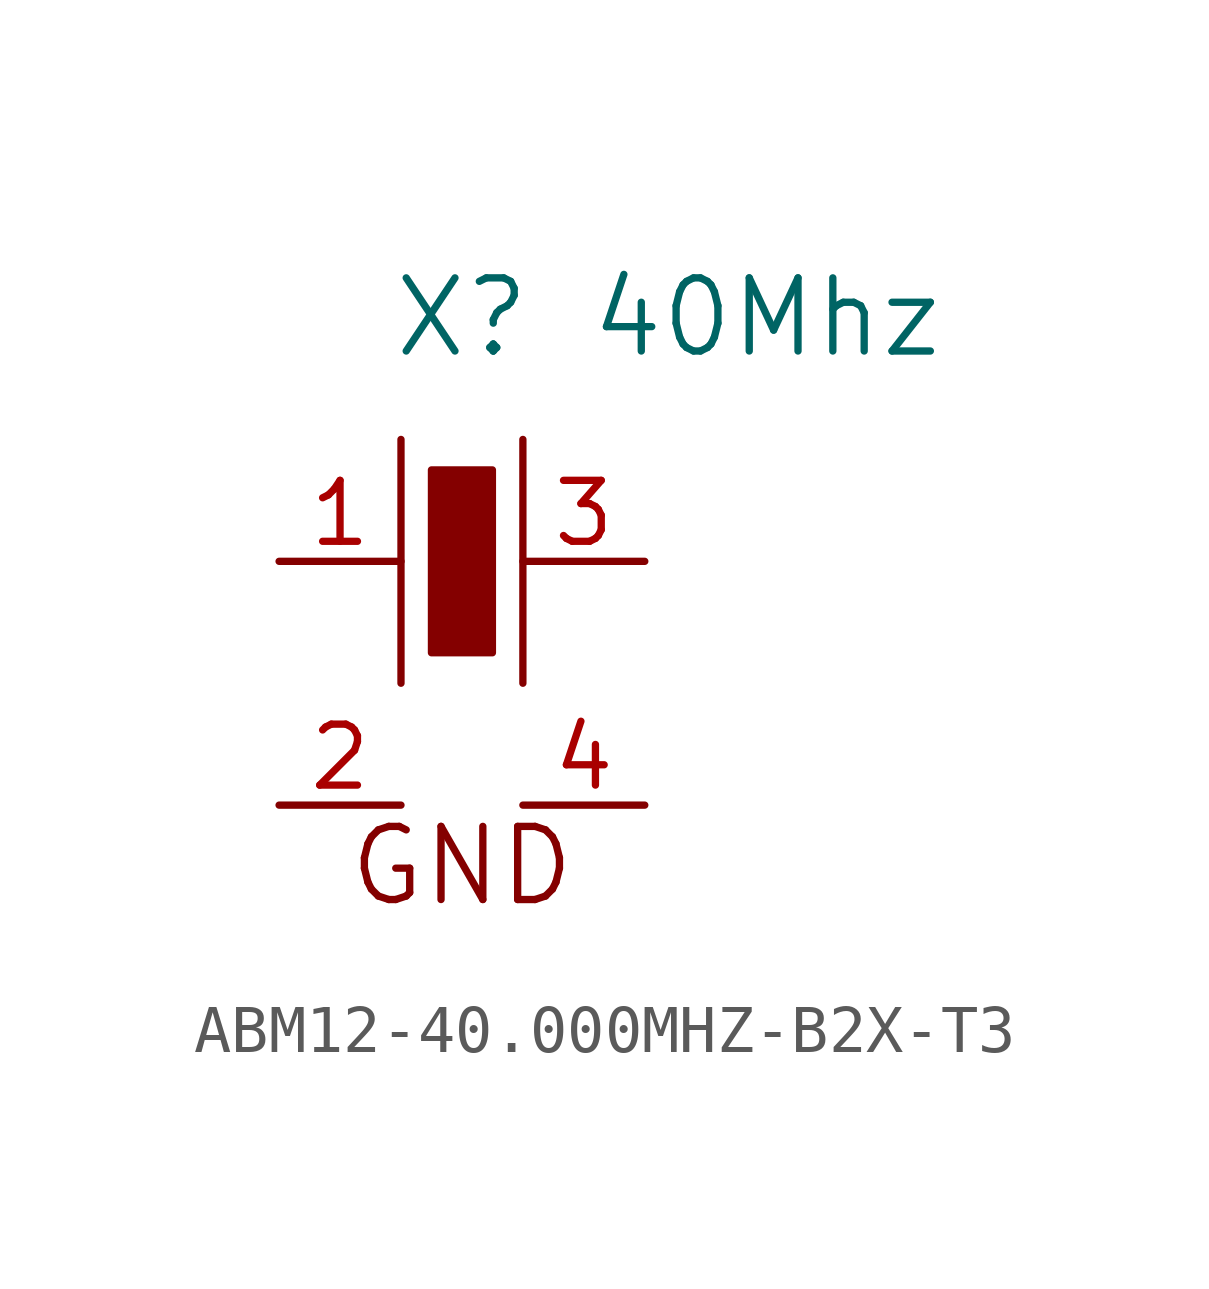
<source format=kicad_sym>
(kicad_symbol_lib
  (version 20220914)
  (generator kicad_symbol_editor)
  (symbol "ABM12-40.000MHZ-B2X-T3"
    (pin_names
      (offset 1.016) hide)
    (property "Reference" "X"
      (at 1.27 10.16 0)
      (effects (font (size 1.524 1.524))))
    (property "Value" "ABM12-40.000MHZ-B2X-T3"
      (at 1.27 8.89 0)
      (effects (font (size 0.991 0.991))))
    (property "Value" "40Mhz"
      (at 7.62 10.16 0)
      (effects (font (size 1.524 1.524))))
    (symbol "ABM12-40.000MHZ-B2X-T3_0_0"
      (polyline (pts (xy 0 7.62) (xy 0 2.54)) (stroke (width 0) (type solid)) (fill (type none)))
      (polyline (pts (xy 2.54 7.62) (xy 2.54 2.54)) (stroke (width 0) (type solid)) (fill (type none)))
      (rectangle (start 0.635 6.985) (end 1.905 3.175) (stroke (width 0) (type solid)) (fill (type outline)))
      (text "GND" (at 1.27 -1.27 0) (effects (font (size 1.524 1.524)))))
    (symbol "ABM12-40.000MHZ-B2X-T3_1_1"
      (pin bidirectional line (at -2.54 5.08 0) (length 2.54) (name "1" (effects (font (size 1.27 1.27)))) (number "1" (effects (font (size 1.27 1.27)))))
      (pin power_in line (at -2.54 0 0) (length 2.54) (name "GND" (effects (font (size 1.27 1.27)))) (number "2" (effects (font (size 1.27 1.27)))))
      (pin bidirectional line (at 5.08 5.08 180) (length 2.54) (name "3" (effects (font (size 1.27 1.27)))) (number "3" (effects (font (size 1.27 1.27)))))
      (pin power_in line (at 5.08 0 180) (length 2.54) (name "GND" (effects (font (size 1.27 1.27)))) (number "4" (effects (font (size 1.27 1.27))))))))
</source>
